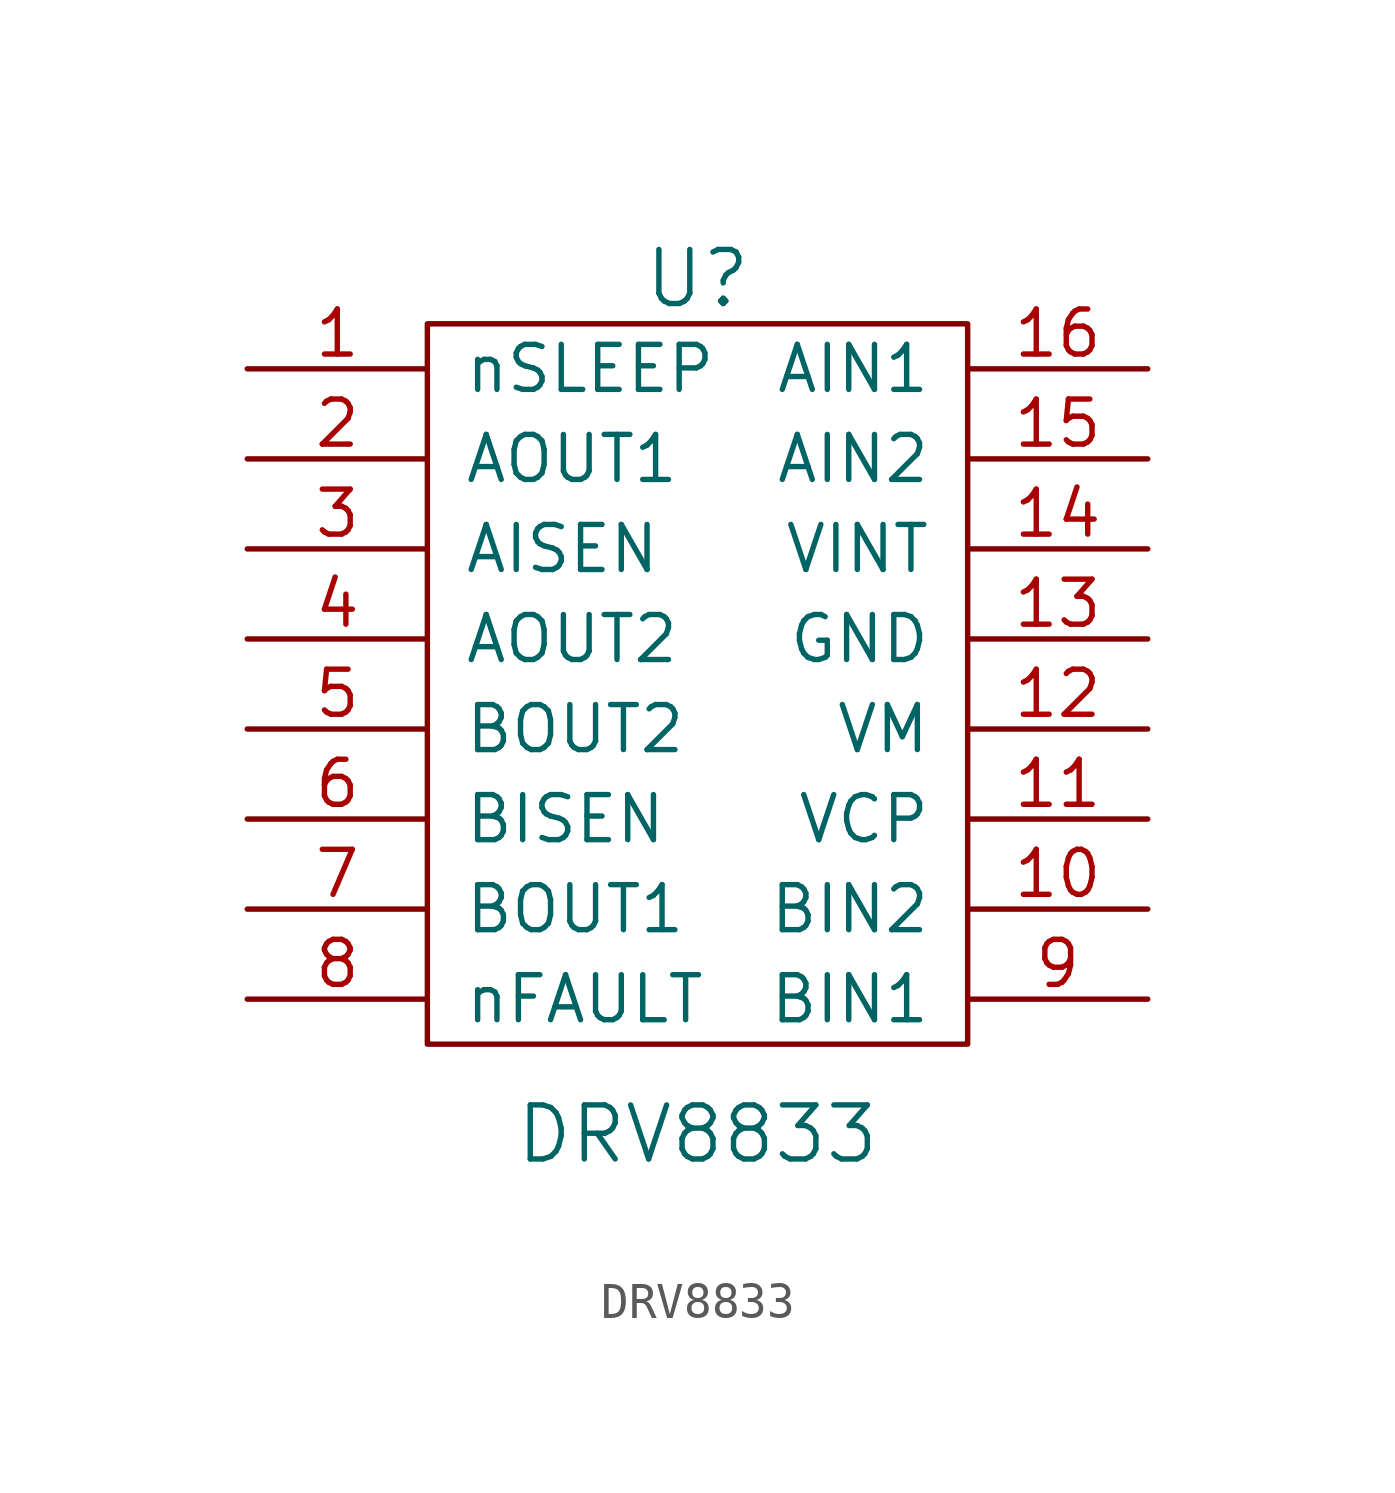
<source format=kicad_sym>
(kicad_symbol_lib
  (version 20211014)
  (generator kicad_symbol_editor)
  (symbol "DRV8833"
    (pin_names
      (offset 1.016))
    (property "Reference" "U"
      (at 0 11.43 0)
      (effects (font (size 1.524 1.524))))
    (property "Value" "DRV8833"
      (at 0 -12.7 0)
      (effects (font (size 1.524 1.524))))
    (symbol "DRV8833_0_1"
      (rectangle (start -7.62 10.16) (end 7.62 -10.16) (stroke (width 0) (type default) (color 0 0 0 0)) (fill (type none))))
    (symbol "DRV8833_1_1"
      (pin passive line (at -12.7 8.89 0) (length 5.08) (name "nSLEEP" (effects (font (size 1.27 1.27)))) (number "1" (effects (font (size 1.27 1.27)))))
      (pin passive line (at 12.7 -6.35 180) (length 5.08) (name "BIN2" (effects (font (size 1.27 1.27)))) (number "10" (effects (font (size 1.27 1.27)))))
      (pin passive line (at 12.7 -3.81 180) (length 5.08) (name "VCP" (effects (font (size 1.27 1.27)))) (number "11" (effects (font (size 1.27 1.27)))))
      (pin passive line (at 12.7 -1.27 180) (length 5.08) (name "VM" (effects (font (size 1.27 1.27)))) (number "12" (effects (font (size 1.27 1.27)))))
      (pin passive line (at 12.7 1.27 180) (length 5.08) (name "GND" (effects (font (size 1.27 1.27)))) (number "13" (effects (font (size 1.27 1.27)))))
      (pin passive line (at 12.7 3.81 180) (length 5.08) (name "VINT" (effects (font (size 1.27 1.27)))) (number "14" (effects (font (size 1.27 1.27)))))
      (pin passive line (at 12.7 6.35 180) (length 5.08) (name "AIN2" (effects (font (size 1.27 1.27)))) (number "15" (effects (font (size 1.27 1.27)))))
      (pin passive line (at 12.7 8.89 180) (length 5.08) (name "AIN1" (effects (font (size 1.27 1.27)))) (number "16" (effects (font (size 1.27 1.27)))))
      (pin passive line (at -12.7 6.35 0) (length 5.08) (name "AOUT1" (effects (font (size 1.27 1.27)))) (number "2" (effects (font (size 1.27 1.27)))))
      (pin passive line (at -12.7 3.81 0) (length 5.08) (name "AISEN" (effects (font (size 1.27 1.27)))) (number "3" (effects (font (size 1.27 1.27)))))
      (pin passive line (at -12.7 1.27 0) (length 5.08) (name "AOUT2" (effects (font (size 1.27 1.27)))) (number "4" (effects (font (size 1.27 1.27)))))
      (pin passive line (at -12.7 -1.27 0) (length 5.08) (name "BOUT2" (effects (font (size 1.27 1.27)))) (number "5" (effects (font (size 1.27 1.27)))))
      (pin passive line (at -12.7 -3.81 0) (length 5.08) (name "BISEN" (effects (font (size 1.27 1.27)))) (number "6" (effects (font (size 1.27 1.27)))))
      (pin passive line (at -12.7 -6.35 0) (length 5.08) (name "BOUT1" (effects (font (size 1.27 1.27)))) (number "7" (effects (font (size 1.27 1.27)))))
      (pin passive line (at -12.7 -8.89 0) (length 5.08) (name "nFAULT" (effects (font (size 1.27 1.27)))) (number "8" (effects (font (size 1.27 1.27)))))
      (pin passive line (at 12.7 -8.89 180) (length 5.08) (name "BIN1" (effects (font (size 1.27 1.27)))) (number "9" (effects (font (size 1.27 1.27))))))))
</source>
